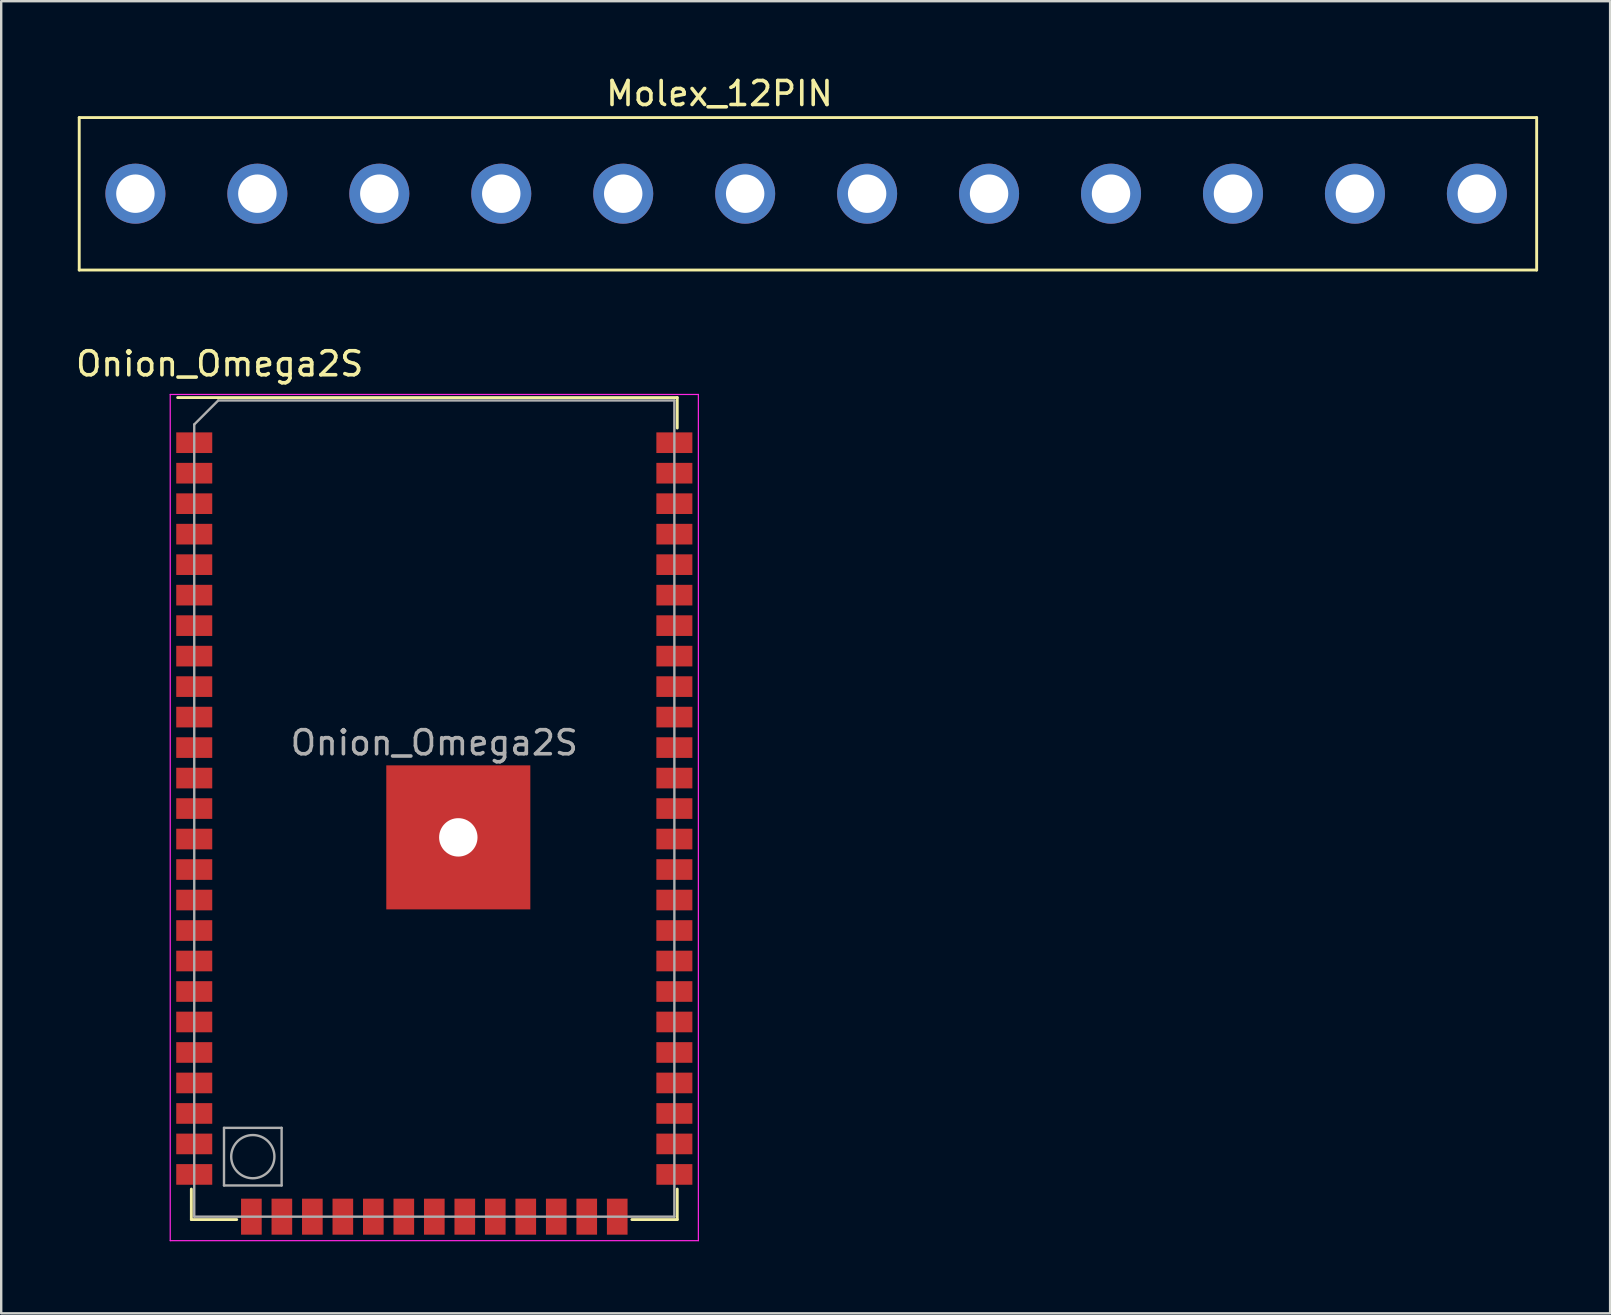
<source format=kicad_pcb>
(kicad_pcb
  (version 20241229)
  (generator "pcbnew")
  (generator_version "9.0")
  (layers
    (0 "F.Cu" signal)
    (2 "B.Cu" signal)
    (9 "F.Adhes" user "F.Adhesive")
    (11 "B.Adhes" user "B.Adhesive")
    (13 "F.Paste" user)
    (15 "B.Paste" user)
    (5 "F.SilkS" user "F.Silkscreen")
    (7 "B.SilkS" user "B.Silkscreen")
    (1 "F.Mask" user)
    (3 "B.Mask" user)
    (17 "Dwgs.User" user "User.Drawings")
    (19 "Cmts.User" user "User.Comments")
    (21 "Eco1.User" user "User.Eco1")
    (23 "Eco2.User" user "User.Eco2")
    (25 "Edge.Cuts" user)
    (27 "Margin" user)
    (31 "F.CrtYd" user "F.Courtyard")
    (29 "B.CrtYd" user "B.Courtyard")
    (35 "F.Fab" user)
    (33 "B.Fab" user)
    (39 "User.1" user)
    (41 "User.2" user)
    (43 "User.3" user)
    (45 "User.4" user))
  (footprint "Molex_12PIN"
    (layer "F.Cu")
    (at 0.25 1.848)
    (property "Reference" "Molex_12PIN" (at 26.67 -1 0) (layer "F.SilkS") (effects (font (size 1 1) (thickness 0.15))))
    (attr through_hole)
    (fp_line (start 0 0) (end 0 6.35) (stroke (width 0.12) (type solid)) (layer "F.SilkS"))
    (fp_line (start 0 0) (end 60.71 0) (stroke (width 0.12) (type solid)) (layer "F.SilkS"))
    (fp_line (start 60.71 6.35) (end 0 6.35) (stroke (width 0.12) (type solid)) (layer "F.SilkS"))
    (fp_line (start 60.71 6.35) (end 60.71 0) (stroke (width 0.12) (type solid)) (layer "F.SilkS"))
    (pad "1" thru_hole circle (at 58.22 3.17) (size 2.5 2.5) (drill 1.6) (layers "*.Cu" "*.Mask"))
    (pad "2" thru_hole circle (at 53.14 3.17) (size 2.5 2.5) (drill 1.6) (layers "*.Cu" "*.Mask"))
    (pad "3" thru_hole circle (at 48.06 3.17) (size 2.5 2.5) (drill 1.6) (layers "*.Cu" "*.Mask"))
    (pad "4" thru_hole circle (at 42.98 3.17) (size 2.5 2.5) (drill 1.6) (layers "*.Cu" "*.Mask"))
    (pad "5" thru_hole circle (at 37.9 3.17) (size 2.5 2.5) (drill 1.6) (layers "*.Cu" "*.Mask"))
    (pad "6" thru_hole circle (at 32.82 3.17) (size 2.5 2.5) (drill 1.6) (layers "*.Cu" "*.Mask"))
    (pad "7" thru_hole circle (at 27.74 3.17) (size 2.5 2.5) (drill 1.6) (layers "*.Cu" "*.Mask"))
    (pad "8" thru_hole circle (at 22.66 3.17) (size 2.5 2.5) (drill 1.6) (layers "*.Cu" "*.Mask"))
    (pad "9" thru_hole circle (at 17.58 3.17) (size 2.5 2.5) (drill 1.6) (layers "*.Cu" "*.Mask"))
    (pad "10" thru_hole circle (at 12.5 3.17) (size 2.5 2.5) (drill 1.6) (layers "*.Cu" "*.Mask"))
    (pad "11" thru_hole circle (at 7.42 3.17) (size 2.5 2.5) (drill 1.6) (layers "*.Cu" "*.Mask"))
    (pad "12" thru_hole circle (at 2.34 3.17) (size 2.5 2.5) (drill 1.6) (layers "*.Cu" "*.Mask")))
  (footprint "Onion_Omega2S"
    (layer "F.Cu")
    (at 15.041 30.631)
    (property "Reference" "Onion_Omega2S" (at -8.94 -18.525 0) (layer "F.SilkS") (effects (font (size 1 1) (thickness 0.15))))
    (attr smd)
    (fp_line (start -10.12 15.85) (end -10.12 17.12) (stroke (width 0.12) (type solid)) (layer "F.SilkS"))
    (fp_line (start -10.12 17.12) (end -8.23 17.12) (stroke (width 0.12) (type solid)) (layer "F.SilkS"))
    (fp_line (start 8.23 17.12) (end 10.12 17.12) (stroke (width 0.12) (type solid)) (layer "F.SilkS"))
    (fp_line (start 10.12 -17.12) (end -10.69 -17.12) (stroke (width 0.12) (type solid)) (layer "F.SilkS"))
    (fp_line (start 10.12 -17.12) (end 10.12 -15.85) (stroke (width 0.12) (type solid)) (layer "F.SilkS"))
    (fp_line (start 10.12 15.85) (end 10.12 17.12) (stroke (width 0.12) (type solid)) (layer "F.SilkS"))
    (fp_line (start -11 -17.25) (end -11 18) (stroke (width 0.05) (type solid)) (layer "F.CrtYd"))
    (fp_line (start -11 18) (end 11 18) (stroke (width 0.05) (type solid)) (layer "F.CrtYd"))
    (fp_line (start 11 -17.25) (end -11 -17.25) (stroke (width 0.05) (type solid)) (layer "F.CrtYd"))
    (fp_line (start 11 18) (end 11 -17.25) (stroke (width 0.05) (type solid)) (layer "F.CrtYd"))
    (fp_line (start -10 -16) (end -10 17) (stroke (width 0.1) (type solid)) (layer "F.Fab"))
    (fp_line (start -10 -16) (end -9 -17) (stroke (width 0.1) (type solid)) (layer "F.Fab"))
    (fp_line (start -10 17) (end 10 17) (stroke (width 0.1) (type solid)) (layer "F.Fab"))
    (fp_line (start -8.76 13.3) (end -8.76 15.7) (stroke (width 0.1) (type solid)) (layer "F.Fab"))
    (fp_line (start -8.76 15.7) (end -6.36 15.7) (stroke (width 0.1) (type solid)) (layer "F.Fab"))
    (fp_line (start -6.36 13.3) (end -8.76 13.3) (stroke (width 0.1) (type solid)) (layer "F.Fab"))
    (fp_line (start -6.36 15.7) (end -6.36 13.3) (stroke (width 0.1) (type solid)) (layer "F.Fab"))
    (fp_line (start 10 -17) (end -9 -17) (stroke (width 0.1) (type solid)) (layer "F.Fab"))
    (fp_line (start 10 17) (end 10 -17) (stroke (width 0.1) (type solid)) (layer "F.Fab"))
    (fp_circle (center -7.56 14.5) (end -6.66 14.5) (stroke (width 0.1) (type solid)) (fill no) (layer "F.Fab"))
    (fp_text user "${REFERENCE}" (at 0 -2.74 0) (layer "F.Fab") (effects (font (size 1 1) (thickness 0.15))))
    (pad "" smd roundrect (at -1.333 -1.123) (size 1 1) (layers "F.Paste") (roundrect_rratio 0.25))
    (pad "" smd roundrect (at -1.333 0.041) (size 1 1) (layers "F.Paste") (roundrect_rratio 0.25))
    (pad "" smd roundrect (at -1.333 1.205) (size 1 1) (layers "F.Paste") (roundrect_rratio 0.25))
    (pad "" smd roundrect (at -1.333 2.369) (size 1 1) (layers "F.Paste") (roundrect_rratio 0.25))
    (pad "" smd roundrect (at -1.333 3.533) (size 1 1) (layers "F.Paste") (roundrect_rratio 0.25))
    (pad "" smd roundrect (at -0.167 -1.123) (size 1 1) (layers "F.Paste") (roundrect_rratio 0.25))
    (pad "" smd roundrect (at -0.167 0.041) (size 1 1) (layers "F.Paste") (roundrect_rratio 0.25))
    (pad "" smd roundrect (at -0.167 1.205) (size 1 1) (layers "F.Paste") (roundrect_rratio 0.25))
    (pad "" smd roundrect (at -0.167 2.369) (size 1 1) (layers "F.Paste") (roundrect_rratio 0.25))
    (pad "" smd roundrect (at -0.167 3.533) (size 1 1) (layers "F.Paste") (roundrect_rratio 0.25))
    (pad "" smd roundrect (at 0.999 -1.123) (size 1 1) (layers "F.Paste") (roundrect_rratio 0.25))
    (pad "" smd roundrect (at 0.999 0.041) (size 1 1) (layers "F.Paste") (roundrect_rratio 0.25))
    (pad "" smd roundrect (at 0.999 1.205) (size 1 1) (layers "F.Paste") (roundrect_rratio 0.25))
    (pad "" smd roundrect (at 0.999 2.369) (size 1 1) (layers "F.Paste") (roundrect_rratio 0.25))
    (pad "" smd roundrect (at 0.999 3.533) (size 1 1) (layers "F.Paste") (roundrect_rratio 0.25))
    (pad "" np_thru_hole circle (at 1 1.2) (size 1.6 1.6) (drill 1.6) (layers "*.Cu" "*.Mask"))
    (pad "" smd roundrect (at 2.164 -1.123) (size 1 1) (layers "F.Paste") (roundrect_rratio 0.25))
    (pad "" smd roundrect (at 2.164 0.041) (size 1 1) (layers "F.Paste") (roundrect_rratio 0.25))
    (pad "" smd roundrect (at 2.164 1.205) (size 1 1) (layers "F.Paste") (roundrect_rratio 0.25))
    (pad "" smd roundrect (at 2.164 2.369) (size 1 1) (layers "F.Paste") (roundrect_rratio 0.25))
    (pad "" smd roundrect (at 2.164 3.533) (size 1 1) (layers "F.Paste") (roundrect_rratio 0.25))
    (pad "" smd roundrect (at 3.33 -1.123) (size 1 1) (layers "F.Paste") (roundrect_rratio 0.25))
    (pad "" smd roundrect (at 3.33 0.041) (size 1 1) (layers "F.Paste") (roundrect_rratio 0.25))
    (pad "" smd roundrect (at 3.33 1.205) (size 1 1) (layers "F.Paste") (roundrect_rratio 0.25))
    (pad "" smd roundrect (at 3.33 2.369) (size 1 1) (layers "F.Paste") (roundrect_rratio 0.25))
    (pad "" smd roundrect (at 3.33 3.533) (size 1 1) (layers "F.Paste") (roundrect_rratio 0.25))
    (pad "1" smd rect (at -10 -15.24) (size 1.5 0.86) (layers "F.Cu" "F.Mask" "F.Paste"))
    (pad "2" smd rect (at -10 -13.97) (size 1.5 0.86) (layers "F.Cu" "F.Mask" "F.Paste"))
    (pad "3" smd rect (at -10 -12.7) (size 1.5 0.86) (layers "F.Cu" "F.Mask" "F.Paste"))
    (pad "4" smd rect (at -10 -11.43) (size 1.5 0.86) (layers "F.Cu" "F.Mask" "F.Paste"))
    (pad "5" smd rect (at -10 -10.16) (size 1.5 0.86) (layers "F.Cu" "F.Mask" "F.Paste"))
    (pad "6" smd rect (at -10 -8.89) (size 1.5 0.86) (layers "F.Cu" "F.Mask" "F.Paste"))
    (pad "7" smd rect (at -10 -7.62) (size 1.5 0.86) (layers "F.Cu" "F.Mask" "F.Paste"))
    (pad "8" smd rect (at -10 -6.35) (size 1.5 0.86) (layers "F.Cu" "F.Mask" "F.Paste"))
    (pad "9" smd rect (at -10 -5.08) (size 1.5 0.86) (layers "F.Cu" "F.Mask" "F.Paste"))
    (pad "10" smd rect (at -10 -3.81) (size 1.5 0.86) (layers "F.Cu" "F.Mask" "F.Paste"))
    (pad "11" smd rect (at -10 -2.54) (size 1.5 0.86) (layers "F.Cu" "F.Mask" "F.Paste"))
    (pad "12" smd rect (at -10 -1.27) (size 1.5 0.86) (layers "F.Cu" "F.Mask" "F.Paste"))
    (pad "13" smd rect (at -10 0) (size 1.5 0.86) (layers "F.Cu" "F.Mask" "F.Paste"))
    (pad "14" smd rect (at -10 1.27) (size 1.5 0.86) (layers "F.Cu" "F.Mask" "F.Paste"))
    (pad "15" smd rect (at -10 2.54) (size 1.5 0.86) (layers "F.Cu" "F.Mask" "F.Paste"))
    (pad "16" smd rect (at -10 3.81) (size 1.5 0.86) (layers "F.Cu" "F.Mask" "F.Paste"))
    (pad "17" smd rect (at -10 5.08) (size 1.5 0.86) (layers "F.Cu" "F.Mask" "F.Paste"))
    (pad "18" smd rect (at -10 6.35) (size 1.5 0.86) (layers "F.Cu" "F.Mask" "F.Paste"))
    (pad "19" smd rect (at -10 7.62) (size 1.5 0.86) (layers "F.Cu" "F.Mask" "F.Paste"))
    (pad "20" smd rect (at -10 8.89) (size 1.5 0.86) (layers "F.Cu" "F.Mask" "F.Paste"))
    (pad "21" smd rect (at -10 10.16) (size 1.5 0.86) (layers "F.Cu" "F.Mask" "F.Paste"))
    (pad "22" smd rect (at -10 11.43) (size 1.5 0.86) (layers "F.Cu" "F.Mask" "F.Paste"))
    (pad "23" smd rect (at -10 12.7) (size 1.5 0.86) (layers "F.Cu" "F.Mask" "F.Paste"))
    (pad "24" smd rect (at -10 13.97) (size 1.5 0.86) (layers "F.Cu" "F.Mask" "F.Paste"))
    (pad "25" smd rect (at -10 15.24) (size 1.5 0.86) (layers "F.Cu" "F.Mask" "F.Paste"))
    (pad "26" smd rect (at -7.62 17) (size 0.86 1.5) (layers "F.Cu" "F.Mask" "F.Paste"))
    (pad "27" smd rect (at -6.35 17) (size 0.86 1.5) (layers "F.Cu" "F.Mask" "F.Paste"))
    (pad "28" smd rect (at -5.08 17) (size 0.86 1.5) (layers "F.Cu" "F.Mask" "F.Paste"))
    (pad "29" smd rect (at -3.81 17) (size 0.86 1.5) (layers "F.Cu" "F.Mask" "F.Paste"))
    (pad "30" smd rect (at -2.54 17) (size 0.86 1.5) (layers "F.Cu" "F.Mask" "F.Paste"))
    (pad "31" smd rect (at -1.27 17) (size 0.86 1.5) (layers "F.Cu" "F.Mask" "F.Paste"))
    (pad "32" smd rect (at 0 17) (size 0.86 1.5) (layers "F.Cu" "F.Mask" "F.Paste"))
    (pad "33" smd rect (at 1.27 17) (size 0.86 1.5) (layers "F.Cu" "F.Mask" "F.Paste"))
    (pad "34" smd rect (at 2.54 17) (size 0.86 1.5) (layers "F.Cu" "F.Mask" "F.Paste"))
    (pad "35" smd rect (at 3.81 17) (size 0.86 1.5) (layers "F.Cu" "F.Mask" "F.Paste"))
    (pad "36" smd rect (at 5.08 17) (size 0.86 1.5) (layers "F.Cu" "F.Mask" "F.Paste"))
    (pad "37" smd rect (at 6.35 17) (size 0.86 1.5) (layers "F.Cu" "F.Mask" "F.Paste"))
    (pad "38" smd rect (at 7.62 17) (size 0.86 1.5) (layers "F.Cu" "F.Mask" "F.Paste"))
    (pad "39" smd rect (at 10 15.24) (size 1.5 0.86) (layers "F.Cu" "F.Mask" "F.Paste"))
    (pad "40" smd rect (at 10 13.97) (size 1.5 0.86) (layers "F.Cu" "F.Mask" "F.Paste"))
    (pad "41" smd rect (at 10 12.7) (size 1.5 0.86) (layers "F.Cu" "F.Mask" "F.Paste"))
    (pad "42" smd rect (at 10 11.43) (size 1.5 0.86) (layers "F.Cu" "F.Mask" "F.Paste"))
    (pad "43" smd rect (at 10 10.16) (size 1.5 0.86) (layers "F.Cu" "F.Mask" "F.Paste"))
    (pad "44" smd rect (at 10 8.89) (size 1.5 0.86) (layers "F.Cu" "F.Mask" "F.Paste"))
    (pad "45" smd rect (at 10 7.62) (size 1.5 0.86) (layers "F.Cu" "F.Mask" "F.Paste"))
    (pad "46" smd rect (at 10 6.35) (size 1.5 0.86) (layers "F.Cu" "F.Mask" "F.Paste"))
    (pad "47" smd rect (at 10 5.08) (size 1.5 0.86) (layers "F.Cu" "F.Mask" "F.Paste"))
    (pad "48" smd rect (at 10 3.81) (size 1.5 0.86) (layers "F.Cu" "F.Mask" "F.Paste"))
    (pad "49" smd rect (at 10 2.54) (size 1.5 0.86) (layers "F.Cu" "F.Mask" "F.Paste"))
    (pad "50" smd rect (at 10 1.27) (size 1.5 0.86) (layers "F.Cu" "F.Mask" "F.Paste"))
    (pad "51" smd rect (at 10 0) (size 1.5 0.86) (layers "F.Cu" "F.Mask" "F.Paste"))
    (pad "52" smd rect (at 10 -1.27) (size 1.5 0.86) (layers "F.Cu" "F.Mask" "F.Paste"))
    (pad "53" smd rect (at 10 -2.54) (size 1.5 0.86) (layers "F.Cu" "F.Mask" "F.Paste"))
    (pad "54" smd rect (at 10 -3.81) (size 1.5 0.86) (layers "F.Cu" "F.Mask" "F.Paste"))
    (pad "55" smd rect (at 10 -5.08) (size 1.5 0.86) (layers "F.Cu" "F.Mask" "F.Paste"))
    (pad "56" smd rect (at 10 -6.35) (size 1.5 0.86) (layers "F.Cu" "F.Mask" "F.Paste"))
    (pad "57" smd rect (at 10 -7.62) (size 1.5 0.86) (layers "F.Cu" "F.Mask" "F.Paste"))
    (pad "58" smd rect (at 10 -8.89) (size 1.5 0.86) (layers "F.Cu" "F.Mask" "F.Paste"))
    (pad "59" smd rect (at 10 -10.16) (size 1.5 0.86) (layers "F.Cu" "F.Mask" "F.Paste"))
    (pad "60" smd rect (at 10 -11.43) (size 1.5 0.86) (layers "F.Cu" "F.Mask" "F.Paste"))
    (pad "61" smd rect (at 10 -12.7) (size 1.5 0.86) (layers "F.Cu" "F.Mask" "F.Paste"))
    (pad "62" smd rect (at 10 -13.97) (size 1.5 0.86) (layers "F.Cu" "F.Mask" "F.Paste"))
    (pad "63" smd rect (at 10 -15.24) (size 1.5 0.86) (layers "F.Cu" "F.Mask" "F.Paste"))
    (pad "64" smd rect (at 1 1.2) (size 6 6) (layers "F.Cu" "F.Mask")))
  (gr_rect
    (start -3 -3)
    (end 64.02 51.657)
    (stroke (width 0.1) (type default))
    (fill no)
    (layer "Edge.Cuts")))
</source>
